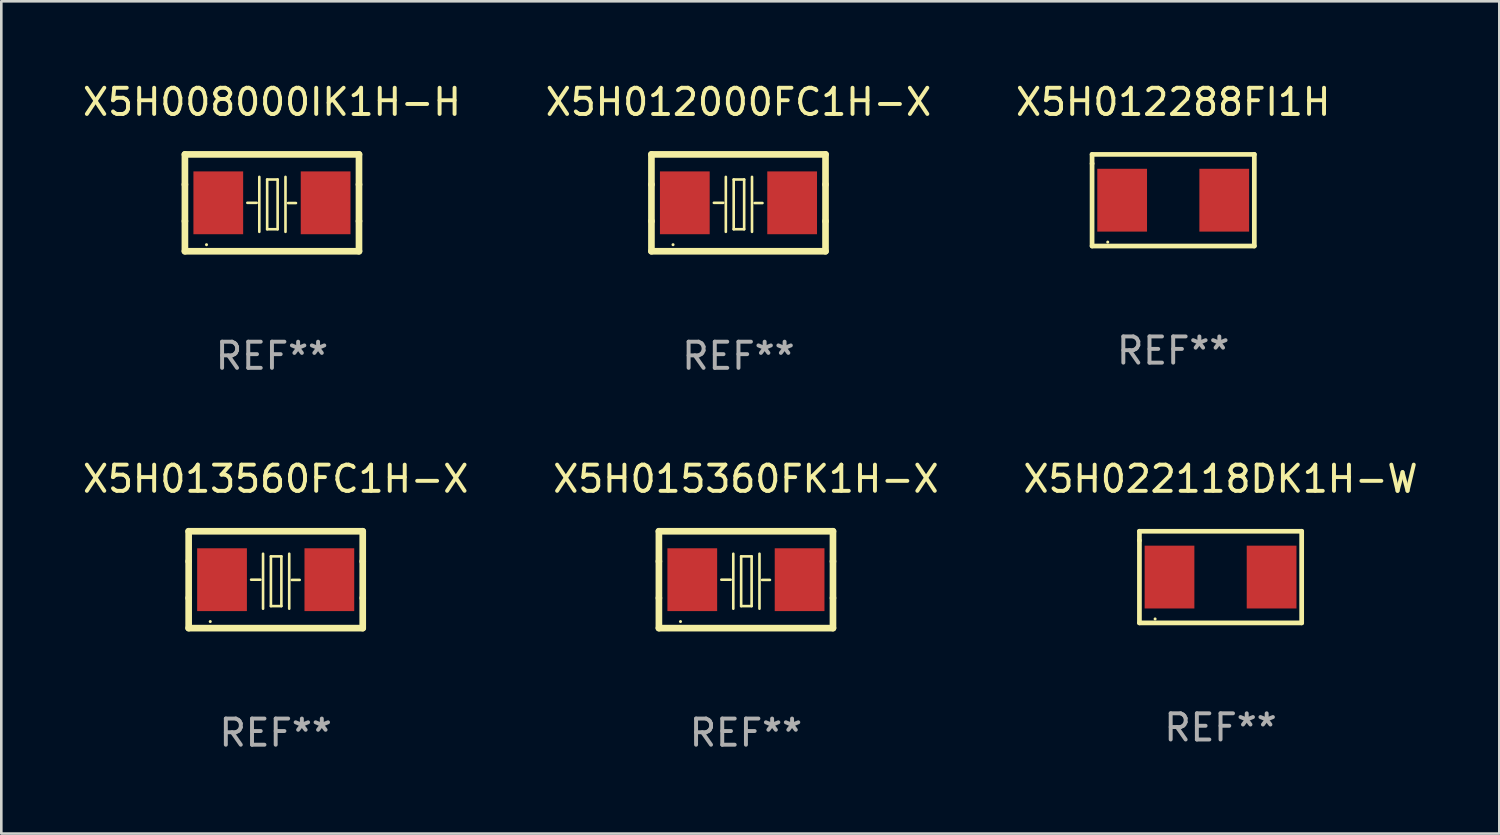
<source format=kicad_pcb>
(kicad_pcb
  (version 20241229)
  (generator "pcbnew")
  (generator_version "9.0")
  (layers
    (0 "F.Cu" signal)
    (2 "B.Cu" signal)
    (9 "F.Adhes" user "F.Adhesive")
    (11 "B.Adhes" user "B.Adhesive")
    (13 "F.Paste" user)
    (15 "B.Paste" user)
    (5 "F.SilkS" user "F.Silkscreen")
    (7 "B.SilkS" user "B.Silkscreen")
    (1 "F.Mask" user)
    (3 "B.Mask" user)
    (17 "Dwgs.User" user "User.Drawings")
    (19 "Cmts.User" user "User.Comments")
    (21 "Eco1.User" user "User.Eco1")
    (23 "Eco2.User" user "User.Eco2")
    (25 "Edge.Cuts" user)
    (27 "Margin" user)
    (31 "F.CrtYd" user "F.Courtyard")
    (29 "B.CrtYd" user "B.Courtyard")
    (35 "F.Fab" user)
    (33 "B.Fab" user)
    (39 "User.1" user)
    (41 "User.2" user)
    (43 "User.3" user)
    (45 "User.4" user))
  (footprint "X5H015360FK1H-X"
    (layer "F.Cu")
    (at 25.446 19.095)
    (property "Reference" "X5H015360FK1H-X" (at 0 -3.85 0) (layer "F.SilkS") (effects (font (size 1 1) (thickness 0.15))))
    (attr through_hole)
    (fp_line (start -3.325 0.7) (end -3.325 -0.7) (stroke (width 0.254) (type solid)) (layer "F.SilkS"))
    (fp_line (start -3.325 -1.85) (end 3.325 -1.85) (stroke (width 0.254) (type solid)) (layer "F.SilkS"))
    (fp_line (start -3.325 -0.7) (end -3.325 -1.85) (stroke (width 0.254) (type solid)) (layer "F.SilkS"))
    (fp_line (start -3.325 1.85) (end -3.325 0.7) (stroke (width 0.254) (type solid)) (layer "F.SilkS"))
    (fp_line (start -0.94 -0.000127) (end -0.584 -0.000127) (stroke (width 0.1) (type solid)) (layer "F.SilkS"))
    (fp_line (start -0.483 -0.991) (end -0.483 1.109) (stroke (width 0.1) (type solid)) (layer "F.SilkS"))
    (fp_line (start -0.183 -0.891) (end -0.183 1.009) (stroke (width 0.1) (type solid)) (layer "F.SilkS"))
    (fp_line (start -0.183 1.009) (end 0.217 1.009) (stroke (width 0.1) (type solid)) (layer "F.SilkS"))
    (fp_line (start 0.217 -0.891) (end -0.183 -0.891) (stroke (width 0.1) (type solid)) (layer "F.SilkS"))
    (fp_line (start 0.217 1.009) (end 0.217 -0.891) (stroke (width 0.1) (type solid)) (layer "F.SilkS"))
    (fp_line (start 0.517 -0.991) (end 0.517 1.109) (stroke (width 0.1) (type solid)) (layer "F.SilkS"))
    (fp_line (start 0.617 0.009) (end 0.917 0.009) (stroke (width 0.1) (type solid)) (layer "F.SilkS"))
    (fp_line (start 3.325 -1.85) (end 3.325 -0.7) (stroke (width 0.254) (type solid)) (layer "F.SilkS"))
    (fp_line (start 3.325 0.7) (end 3.325 1.85) (stroke (width 0.254) (type solid)) (layer "F.SilkS"))
    (fp_line (start 3.325 1.85) (end -3.325 1.85) (stroke (width 0.254) (type solid)) (layer "F.SilkS"))
    (fp_line (start 3.325 -0.7) (end 3.325 0.7) (stroke (width 0.254) (type solid)) (layer "F.SilkS"))
    (fp_circle (center -2.5 1.6) (end -2.47 1.6) (stroke (width 0.06) (type solid)) (fill no) (layer "F.SilkS"))
    (fp_text user "REF**" (at 0 5.85 0) (layer "F.Fab") (effects (font (size 1 1) (thickness 0.15))))
    (pad "1" smd rect (at -2.05 -0.000127) (size 1.9 2.4) (layers "F.Cu" "F.Mask" "F.Paste"))
    (pad "2" smd rect (at 2.05 -0.000127) (size 1.9 2.4) (layers "F.Cu" "F.Mask" "F.Paste")))
  (footprint "X5H012288FI1H"
    (layer "F.Cu")
    (at 41.768 4.598)
    (property "Reference" "X5H012288FI1H" (at 0 -3.75 0) (layer "F.SilkS") (effects (font (size 1 1) (thickness 0.15))))
    (attr through_hole)
    (fp_line (start -3.099 -1.75) (end 3.099 -1.75) (stroke (width 0.18) (type solid)) (layer "F.SilkS"))
    (fp_line (start -3.099 -1.4) (end -3.099 -1.75) (stroke (width 0.18) (type solid)) (layer "F.SilkS"))
    (fp_line (start -3.099 1.75) (end -3.099 -1.4) (stroke (width 0.18) (type solid)) (layer "F.SilkS"))
    (fp_line (start 3.099 -1.75) (end 3.099 1.75) (stroke (width 0.18) (type solid)) (layer "F.SilkS"))
    (fp_line (start 3.099 1.75) (end -3.099 1.75) (stroke (width 0.18) (type solid)) (layer "F.SilkS"))
    (fp_circle (center -2.5 1.6) (end -2.47 1.6) (stroke (width 0.06) (type solid)) (fill no) (layer "F.SilkS"))
    (fp_text user "REF**" (at 0 5.75 0) (layer "F.Fab") (effects (font (size 1 1) (thickness 0.15))))
    (pad "1" smd rect (at -1.95 0) (size 1.9 2.4) (layers "F.Cu" "F.Mask" "F.Paste"))
    (pad "2" smd rect (at 1.95 0) (size 1.9 2.4) (layers "F.Cu" "F.Mask" "F.Paste")))
  (footprint "X5H013560FC1H-X"
    (layer "F.Cu")
    (at 7.482 19.095)
    (property "Reference" "X5H013560FC1H-X" (at 0 -3.85 0) (layer "F.SilkS") (effects (font (size 1 1) (thickness 0.15))))
    (attr through_hole)
    (fp_line (start -3.325 0.7) (end -3.325 -0.7) (stroke (width 0.254) (type solid)) (layer "F.SilkS"))
    (fp_line (start -3.325 -1.85) (end 3.325 -1.85) (stroke (width 0.254) (type solid)) (layer "F.SilkS"))
    (fp_line (start -3.325 -0.7) (end -3.325 -1.85) (stroke (width 0.254) (type solid)) (layer "F.SilkS"))
    (fp_line (start -3.325 1.85) (end -3.325 0.7) (stroke (width 0.254) (type solid)) (layer "F.SilkS"))
    (fp_line (start -0.94 -0.000127) (end -0.584 -0.000127) (stroke (width 0.1) (type solid)) (layer "F.SilkS"))
    (fp_line (start -0.483 -0.991) (end -0.483 1.109) (stroke (width 0.1) (type solid)) (layer "F.SilkS"))
    (fp_line (start -0.183 -0.891) (end -0.183 1.009) (stroke (width 0.1) (type solid)) (layer "F.SilkS"))
    (fp_line (start -0.183 1.009) (end 0.217 1.009) (stroke (width 0.1) (type solid)) (layer "F.SilkS"))
    (fp_line (start 0.217 -0.891) (end -0.183 -0.891) (stroke (width 0.1) (type solid)) (layer "F.SilkS"))
    (fp_line (start 0.217 1.009) (end 0.217 -0.891) (stroke (width 0.1) (type solid)) (layer "F.SilkS"))
    (fp_line (start 0.517 -0.991) (end 0.517 1.109) (stroke (width 0.1) (type solid)) (layer "F.SilkS"))
    (fp_line (start 0.617 0.009) (end 0.917 0.009) (stroke (width 0.1) (type solid)) (layer "F.SilkS"))
    (fp_line (start 3.325 -1.85) (end 3.325 -0.7) (stroke (width 0.254) (type solid)) (layer "F.SilkS"))
    (fp_line (start 3.325 0.7) (end 3.325 1.85) (stroke (width 0.254) (type solid)) (layer "F.SilkS"))
    (fp_line (start 3.325 1.85) (end -3.325 1.85) (stroke (width 0.254) (type solid)) (layer "F.SilkS"))
    (fp_line (start 3.325 -0.7) (end 3.325 0.7) (stroke (width 0.254) (type solid)) (layer "F.SilkS"))
    (fp_circle (center -2.5 1.6) (end -2.47 1.6) (stroke (width 0.06) (type solid)) (fill no) (layer "F.SilkS"))
    (fp_text user "REF**" (at 0 5.85 0) (layer "F.Fab") (effects (font (size 1 1) (thickness 0.15))))
    (pad "1" smd rect (at -2.05 -0.000127) (size 1.9 2.4) (layers "F.Cu" "F.Mask" "F.Paste"))
    (pad "2" smd rect (at 2.05 -0.000127) (size 1.9 2.4) (layers "F.Cu" "F.Mask" "F.Paste")))
  (footprint "X5H012000FC1H-X"
    (layer "F.Cu")
    (at 25.161 4.698)
    (property "Reference" "X5H012000FC1H-X" (at 0 -3.85 0) (layer "F.SilkS") (effects (font (size 1 1) (thickness 0.15))))
    (attr through_hole)
    (fp_line (start -3.325 0.7) (end -3.325 -0.7) (stroke (width 0.254) (type solid)) (layer "F.SilkS"))
    (fp_line (start -3.325 -1.85) (end 3.325 -1.85) (stroke (width 0.254) (type solid)) (layer "F.SilkS"))
    (fp_line (start -3.325 -0.7) (end -3.325 -1.85) (stroke (width 0.254) (type solid)) (layer "F.SilkS"))
    (fp_line (start -3.325 1.85) (end -3.325 0.7) (stroke (width 0.254) (type solid)) (layer "F.SilkS"))
    (fp_line (start -0.94 -0.000127) (end -0.584 -0.000127) (stroke (width 0.1) (type solid)) (layer "F.SilkS"))
    (fp_line (start -0.483 -0.991) (end -0.483 1.109) (stroke (width 0.1) (type solid)) (layer "F.SilkS"))
    (fp_line (start -0.183 -0.891) (end -0.183 1.009) (stroke (width 0.1) (type solid)) (layer "F.SilkS"))
    (fp_line (start -0.183 1.009) (end 0.217 1.009) (stroke (width 0.1) (type solid)) (layer "F.SilkS"))
    (fp_line (start 0.217 -0.891) (end -0.183 -0.891) (stroke (width 0.1) (type solid)) (layer "F.SilkS"))
    (fp_line (start 0.217 1.009) (end 0.217 -0.891) (stroke (width 0.1) (type solid)) (layer "F.SilkS"))
    (fp_line (start 0.517 -0.991) (end 0.517 1.109) (stroke (width 0.1) (type solid)) (layer "F.SilkS"))
    (fp_line (start 0.617 0.009) (end 0.917 0.009) (stroke (width 0.1) (type solid)) (layer "F.SilkS"))
    (fp_line (start 3.325 -1.85) (end 3.325 -0.7) (stroke (width 0.254) (type solid)) (layer "F.SilkS"))
    (fp_line (start 3.325 0.7) (end 3.325 1.85) (stroke (width 0.254) (type solid)) (layer "F.SilkS"))
    (fp_line (start 3.325 1.85) (end -3.325 1.85) (stroke (width 0.254) (type solid)) (layer "F.SilkS"))
    (fp_line (start 3.325 -0.7) (end 3.325 0.7) (stroke (width 0.254) (type solid)) (layer "F.SilkS"))
    (fp_circle (center -2.5 1.6) (end -2.47 1.6) (stroke (width 0.06) (type solid)) (fill no) (layer "F.SilkS"))
    (fp_text user "REF**" (at 0 5.85 0) (layer "F.Fab") (effects (font (size 1 1) (thickness 0.15))))
    (pad "1" smd rect (at -2.05 -0.000127) (size 1.9 2.4) (layers "F.Cu" "F.Mask" "F.Paste"))
    (pad "2" smd rect (at 2.05 -0.000127) (size 1.9 2.4) (layers "F.Cu" "F.Mask" "F.Paste")))
  (footprint "X5H022118DK1H-W"
    (layer "F.Cu")
    (at 43.577 18.995)
    (property "Reference" "X5H022118DK1H-W" (at 0 -3.75 0) (layer "F.SilkS") (effects (font (size 1 1) (thickness 0.15))))
    (attr through_hole)
    (fp_line (start -3.099 -1.75) (end 3.099 -1.75) (stroke (width 0.18) (type solid)) (layer "F.SilkS"))
    (fp_line (start -3.099 -1.4) (end -3.099 -1.75) (stroke (width 0.18) (type solid)) (layer "F.SilkS"))
    (fp_line (start -3.099 1.75) (end -3.099 -1.4) (stroke (width 0.18) (type solid)) (layer "F.SilkS"))
    (fp_line (start 3.099 -1.75) (end 3.099 1.75) (stroke (width 0.18) (type solid)) (layer "F.SilkS"))
    (fp_line (start 3.099 1.75) (end -3.099 1.75) (stroke (width 0.18) (type solid)) (layer "F.SilkS"))
    (fp_circle (center -2.5 1.6) (end -2.47 1.6) (stroke (width 0.06) (type solid)) (fill no) (layer "F.SilkS"))
    (fp_text user "REF**" (at 0 5.75 0) (layer "F.Fab") (effects (font (size 1 1) (thickness 0.15))))
    (pad "1" smd rect (at -1.95 -0.000076) (size 1.9 2.4) (layers "F.Cu" "F.Mask" "F.Paste"))
    (pad "2" smd rect (at 1.95 -0.000076) (size 1.9 2.4) (layers "F.Cu" "F.Mask" "F.Paste")))
  (footprint "X5H008000IK1H-H"
    (layer "F.Cu")
    (at 7.339 4.698)
    (property "Reference" "X5H008000IK1H-H" (at 0 -3.85 0) (layer "F.SilkS") (effects (font (size 1 1) (thickness 0.15))))
    (attr through_hole)
    (fp_line (start -3.325 0.7) (end -3.325 -0.7) (stroke (width 0.254) (type solid)) (layer "F.SilkS"))
    (fp_line (start -3.325 -1.85) (end 3.325 -1.85) (stroke (width 0.254) (type solid)) (layer "F.SilkS"))
    (fp_line (start -3.325 -0.7) (end -3.325 -1.85) (stroke (width 0.254) (type solid)) (layer "F.SilkS"))
    (fp_line (start -3.325 1.85) (end -3.325 0.7) (stroke (width 0.254) (type solid)) (layer "F.SilkS"))
    (fp_line (start -0.94 -0.000127) (end -0.584 -0.000127) (stroke (width 0.1) (type solid)) (layer "F.SilkS"))
    (fp_line (start -0.483 -0.991) (end -0.483 1.109) (stroke (width 0.1) (type solid)) (layer "F.SilkS"))
    (fp_line (start -0.183 -0.891) (end -0.183 1.009) (stroke (width 0.1) (type solid)) (layer "F.SilkS"))
    (fp_line (start -0.183 1.009) (end 0.217 1.009) (stroke (width 0.1) (type solid)) (layer "F.SilkS"))
    (fp_line (start 0.217 -0.891) (end -0.183 -0.891) (stroke (width 0.1) (type solid)) (layer "F.SilkS"))
    (fp_line (start 0.217 1.009) (end 0.217 -0.891) (stroke (width 0.1) (type solid)) (layer "F.SilkS"))
    (fp_line (start 0.517 -0.991) (end 0.517 1.109) (stroke (width 0.1) (type solid)) (layer "F.SilkS"))
    (fp_line (start 0.617 0.009) (end 0.917 0.009) (stroke (width 0.1) (type solid)) (layer "F.SilkS"))
    (fp_line (start 3.325 -1.85) (end 3.325 -0.7) (stroke (width 0.254) (type solid)) (layer "F.SilkS"))
    (fp_line (start 3.325 0.7) (end 3.325 1.85) (stroke (width 0.254) (type solid)) (layer "F.SilkS"))
    (fp_line (start 3.325 1.85) (end -3.325 1.85) (stroke (width 0.254) (type solid)) (layer "F.SilkS"))
    (fp_line (start 3.325 -0.7) (end 3.325 0.7) (stroke (width 0.254) (type solid)) (layer "F.SilkS"))
    (fp_circle (center -2.5 1.6) (end -2.47 1.6) (stroke (width 0.06) (type solid)) (fill no) (layer "F.SilkS"))
    (fp_text user "REF**" (at 0 5.85 0) (layer "F.Fab") (effects (font (size 1 1) (thickness 0.15))))
    (pad "1" smd rect (at -2.05 -0.000127) (size 1.9 2.4) (layers "F.Cu" "F.Mask" "F.Paste"))
    (pad "2" smd rect (at 2.05 -0.000127) (size 1.9 2.4) (layers "F.Cu" "F.Mask" "F.Paste")))
  (gr_rect
    (start -3 -3)
    (end 54.226 28.793)
    (stroke (width 0.1) (type default))
    (fill no)
    (layer "Edge.Cuts")))
</source>
